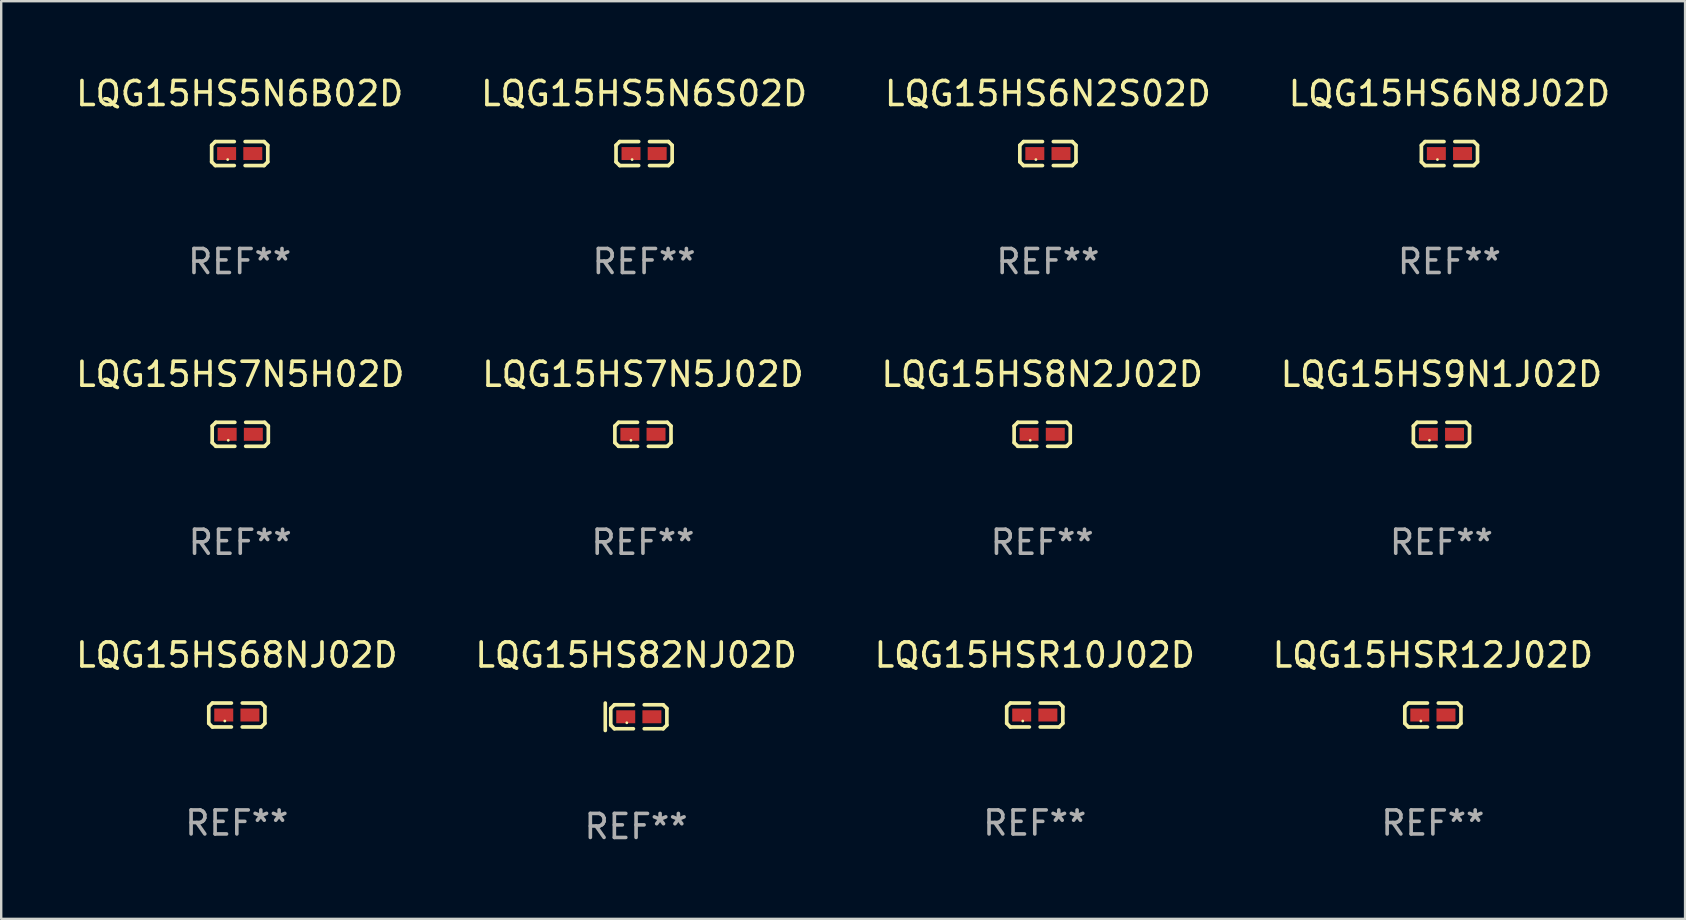
<source format=kicad_pcb>
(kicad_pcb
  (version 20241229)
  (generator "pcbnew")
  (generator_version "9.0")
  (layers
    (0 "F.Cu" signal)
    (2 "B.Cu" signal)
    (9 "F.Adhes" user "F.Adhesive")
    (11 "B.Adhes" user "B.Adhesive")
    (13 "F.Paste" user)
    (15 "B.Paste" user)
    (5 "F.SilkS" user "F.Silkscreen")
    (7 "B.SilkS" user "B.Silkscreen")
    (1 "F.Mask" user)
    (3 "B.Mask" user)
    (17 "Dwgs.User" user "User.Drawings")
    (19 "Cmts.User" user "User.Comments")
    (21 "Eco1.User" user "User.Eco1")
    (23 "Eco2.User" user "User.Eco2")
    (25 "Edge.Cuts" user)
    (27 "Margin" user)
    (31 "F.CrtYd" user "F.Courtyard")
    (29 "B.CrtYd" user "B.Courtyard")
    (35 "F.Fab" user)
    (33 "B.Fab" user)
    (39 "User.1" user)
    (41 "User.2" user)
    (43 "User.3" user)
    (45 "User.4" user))
  (footprint "LQG15HS9N1J02D"
    (layer "F.Cu")
    (at 56.994 15.041)
    (property "Reference" "LQG15HS9N1J02D" (at 0 -2.499 0) (layer "F.SilkS") (effects (font (size 1 1) (thickness 0.15))))
    (attr through_hole)
    (fp_line (start -1.169 -0.346) (end -1.016 -0.499) (stroke (width 0.152) (type solid)) (layer "F.SilkS"))
    (fp_line (start -1.169 0.346) (end -1.169 -0.346) (stroke (width 0.152) (type solid)) (layer "F.SilkS"))
    (fp_line (start -1.016 -0.499) (end -0.226 -0.499) (stroke (width 0.152) (type solid)) (layer "F.SilkS"))
    (fp_line (start -1.016 0.499) (end -1.169 0.346) (stroke (width 0.152) (type solid)) (layer "F.SilkS"))
    (fp_line (start -0.226 0.499) (end -1.016 0.499) (stroke (width 0.152) (type solid)) (layer "F.SilkS"))
    (fp_line (start 0.226 0.499) (end 1.016 0.499) (stroke (width 0.152) (type solid)) (layer "F.SilkS"))
    (fp_line (start 1.016 -0.499) (end 0.226 -0.499) (stroke (width 0.152) (type solid)) (layer "F.SilkS"))
    (fp_line (start 1.016 0.499) (end 1.169 0.346) (stroke (width 0.152) (type solid)) (layer "F.SilkS"))
    (fp_line (start 1.169 -0.346) (end 1.016 -0.499) (stroke (width 0.152) (type solid)) (layer "F.SilkS"))
    (fp_line (start 1.169 0.346) (end 1.169 -0.346) (stroke (width 0.152) (type solid)) (layer "F.SilkS"))
    (fp_circle (center -0.5 0.25) (end -0.47 0.25) (stroke (width 0.06) (type solid)) (fill no) (layer "F.SilkS"))
    (fp_text user "REF**" (at 0 4.499 0) (layer "F.Fab") (effects (font (size 1 1) (thickness 0.15))))
    (pad "1" smd rect (at -0.545 0) (size 0.79 0.54) (layers "F.Cu" "F.Mask" "F.Paste"))
    (pad "2" smd rect (at 0.545 0) (size 0.79 0.54) (layers "F.Cu" "F.Mask" "F.Paste")))
  (footprint "LQG15HS7N5H02D"
    (layer "F.Cu")
    (at 6.958 15.041)
    (property "Reference" "LQG15HS7N5H02D" (at 0 -2.499 0) (layer "F.SilkS") (effects (font (size 1 1) (thickness 0.15))))
    (attr through_hole)
    (fp_line (start -1.169 -0.346) (end -1.016 -0.499) (stroke (width 0.152) (type solid)) (layer "F.SilkS"))
    (fp_line (start -1.169 0.346) (end -1.169 -0.346) (stroke (width 0.152) (type solid)) (layer "F.SilkS"))
    (fp_line (start -1.016 -0.499) (end -0.226 -0.499) (stroke (width 0.152) (type solid)) (layer "F.SilkS"))
    (fp_line (start -1.016 0.499) (end -1.169 0.346) (stroke (width 0.152) (type solid)) (layer "F.SilkS"))
    (fp_line (start -0.226 0.499) (end -1.016 0.499) (stroke (width 0.152) (type solid)) (layer "F.SilkS"))
    (fp_line (start 0.226 0.499) (end 1.016 0.499) (stroke (width 0.152) (type solid)) (layer "F.SilkS"))
    (fp_line (start 1.016 -0.499) (end 0.226 -0.499) (stroke (width 0.152) (type solid)) (layer "F.SilkS"))
    (fp_line (start 1.016 0.499) (end 1.169 0.346) (stroke (width 0.152) (type solid)) (layer "F.SilkS"))
    (fp_line (start 1.169 -0.346) (end 1.016 -0.499) (stroke (width 0.152) (type solid)) (layer "F.SilkS"))
    (fp_line (start 1.169 0.346) (end 1.169 -0.346) (stroke (width 0.152) (type solid)) (layer "F.SilkS"))
    (fp_circle (center -0.5 0.25) (end -0.47 0.25) (stroke (width 0.06) (type solid)) (fill no) (layer "F.SilkS"))
    (fp_text user "REF**" (at 0 4.499 0) (layer "F.Fab") (effects (font (size 1 1) (thickness 0.15))))
    (pad "1" smd rect (at -0.545 0) (size 0.79 0.54) (layers "F.Cu" "F.Mask" "F.Paste"))
    (pad "2" smd rect (at 0.545 0) (size 0.79 0.54) (layers "F.Cu" "F.Mask" "F.Paste")))
  (footprint "LQG15HS6N2S02D"
    (layer "F.Cu")
    (at 40.601 3.347)
    (property "Reference" "LQG15HS6N2S02D" (at 0 -2.499 0) (layer "F.SilkS") (effects (font (size 1 1) (thickness 0.15))))
    (attr through_hole)
    (fp_line (start -1.169 -0.346) (end -1.016 -0.499) (stroke (width 0.152) (type solid)) (layer "F.SilkS"))
    (fp_line (start -1.169 0.346) (end -1.169 -0.346) (stroke (width 0.152) (type solid)) (layer "F.SilkS"))
    (fp_line (start -1.016 -0.499) (end -0.226 -0.499) (stroke (width 0.152) (type solid)) (layer "F.SilkS"))
    (fp_line (start -1.016 0.499) (end -1.169 0.346) (stroke (width 0.152) (type solid)) (layer "F.SilkS"))
    (fp_line (start -0.226 0.499) (end -1.016 0.499) (stroke (width 0.152) (type solid)) (layer "F.SilkS"))
    (fp_line (start 0.226 0.499) (end 1.016 0.499) (stroke (width 0.152) (type solid)) (layer "F.SilkS"))
    (fp_line (start 1.016 -0.499) (end 0.226 -0.499) (stroke (width 0.152) (type solid)) (layer "F.SilkS"))
    (fp_line (start 1.016 0.499) (end 1.169 0.346) (stroke (width 0.152) (type solid)) (layer "F.SilkS"))
    (fp_line (start 1.169 -0.346) (end 1.016 -0.499) (stroke (width 0.152) (type solid)) (layer "F.SilkS"))
    (fp_line (start 1.169 0.346) (end 1.169 -0.346) (stroke (width 0.152) (type solid)) (layer "F.SilkS"))
    (fp_circle (center -0.5 0.25) (end -0.47 0.25) (stroke (width 0.06) (type solid)) (fill no) (layer "F.SilkS"))
    (fp_text user "REF**" (at 0 4.499 0) (layer "F.Fab") (effects (font (size 1 1) (thickness 0.15))))
    (pad "1" smd rect (at -0.545 0) (size 0.79 0.54) (layers "F.Cu" "F.Mask" "F.Paste"))
    (pad "2" smd rect (at 0.545 0) (size 0.79 0.54) (layers "F.Cu" "F.Mask" "F.Paste")))
  (footprint "LQG15HS5N6S02D"
    (layer "F.Cu")
    (at 23.78 3.347)
    (property "Reference" "LQG15HS5N6S02D" (at 0 -2.499 0) (layer "F.SilkS") (effects (font (size 1 1) (thickness 0.15))))
    (attr through_hole)
    (fp_line (start -1.169 -0.346) (end -1.016 -0.499) (stroke (width 0.152) (type solid)) (layer "F.SilkS"))
    (fp_line (start -1.169 0.346) (end -1.169 -0.346) (stroke (width 0.152) (type solid)) (layer "F.SilkS"))
    (fp_line (start -1.016 -0.499) (end -0.226 -0.499) (stroke (width 0.152) (type solid)) (layer "F.SilkS"))
    (fp_line (start -1.016 0.499) (end -1.169 0.346) (stroke (width 0.152) (type solid)) (layer "F.SilkS"))
    (fp_line (start -0.226 0.499) (end -1.016 0.499) (stroke (width 0.152) (type solid)) (layer "F.SilkS"))
    (fp_line (start 0.226 0.499) (end 1.016 0.499) (stroke (width 0.152) (type solid)) (layer "F.SilkS"))
    (fp_line (start 1.016 -0.499) (end 0.226 -0.499) (stroke (width 0.152) (type solid)) (layer "F.SilkS"))
    (fp_line (start 1.016 0.499) (end 1.169 0.346) (stroke (width 0.152) (type solid)) (layer "F.SilkS"))
    (fp_line (start 1.169 -0.346) (end 1.016 -0.499) (stroke (width 0.152) (type solid)) (layer "F.SilkS"))
    (fp_line (start 1.169 0.346) (end 1.169 -0.346) (stroke (width 0.152) (type solid)) (layer "F.SilkS"))
    (fp_circle (center -0.5 0.25) (end -0.47 0.25) (stroke (width 0.06) (type solid)) (fill no) (layer "F.SilkS"))
    (fp_text user "REF**" (at 0 4.499 0) (layer "F.Fab") (effects (font (size 1 1) (thickness 0.15))))
    (pad "1" smd rect (at -0.545 0) (size 0.79 0.54) (layers "F.Cu" "F.Mask" "F.Paste"))
    (pad "2" smd rect (at 0.545 0) (size 0.79 0.54) (layers "F.Cu" "F.Mask" "F.Paste")))
  (footprint "LQG15HS8N2J02D"
    (layer "F.Cu")
    (at 40.363 15.041)
    (property "Reference" "LQG15HS8N2J02D" (at 0 -2.499 0) (layer "F.SilkS") (effects (font (size 1 1) (thickness 0.15))))
    (attr through_hole)
    (fp_line (start -1.169 -0.346) (end -1.016 -0.499) (stroke (width 0.152) (type solid)) (layer "F.SilkS"))
    (fp_line (start -1.169 0.346) (end -1.169 -0.346) (stroke (width 0.152) (type solid)) (layer "F.SilkS"))
    (fp_line (start -1.016 -0.499) (end -0.226 -0.499) (stroke (width 0.152) (type solid)) (layer "F.SilkS"))
    (fp_line (start -1.016 0.499) (end -1.169 0.346) (stroke (width 0.152) (type solid)) (layer "F.SilkS"))
    (fp_line (start -0.226 0.499) (end -1.016 0.499) (stroke (width 0.152) (type solid)) (layer "F.SilkS"))
    (fp_line (start 0.226 0.499) (end 1.016 0.499) (stroke (width 0.152) (type solid)) (layer "F.SilkS"))
    (fp_line (start 1.016 -0.499) (end 0.226 -0.499) (stroke (width 0.152) (type solid)) (layer "F.SilkS"))
    (fp_line (start 1.016 0.499) (end 1.169 0.346) (stroke (width 0.152) (type solid)) (layer "F.SilkS"))
    (fp_line (start 1.169 -0.346) (end 1.016 -0.499) (stroke (width 0.152) (type solid)) (layer "F.SilkS"))
    (fp_line (start 1.169 0.346) (end 1.169 -0.346) (stroke (width 0.152) (type solid)) (layer "F.SilkS"))
    (fp_circle (center -0.5 0.25) (end -0.47 0.25) (stroke (width 0.06) (type solid)) (fill no) (layer "F.SilkS"))
    (fp_text user "REF**" (at 0 4.499 0) (layer "F.Fab") (effects (font (size 1 1) (thickness 0.15))))
    (pad "1" smd rect (at -0.545 0) (size 0.79 0.54) (layers "F.Cu" "F.Mask" "F.Paste"))
    (pad "2" smd rect (at 0.545 0) (size 0.79 0.54) (layers "F.Cu" "F.Mask" "F.Paste")))
  (footprint "LQG15HS6N8J02D"
    (layer "F.Cu")
    (at 57.327 3.347)
    (property "Reference" "LQG15HS6N8J02D" (at 0 -2.499 0) (layer "F.SilkS") (effects (font (size 1 1) (thickness 0.15))))
    (attr through_hole)
    (fp_line (start -1.169 -0.346) (end -1.016 -0.499) (stroke (width 0.152) (type solid)) (layer "F.SilkS"))
    (fp_line (start -1.169 0.346) (end -1.169 -0.346) (stroke (width 0.152) (type solid)) (layer "F.SilkS"))
    (fp_line (start -1.016 -0.499) (end -0.226 -0.499) (stroke (width 0.152) (type solid)) (layer "F.SilkS"))
    (fp_line (start -1.016 0.499) (end -1.169 0.346) (stroke (width 0.152) (type solid)) (layer "F.SilkS"))
    (fp_line (start -0.226 0.499) (end -1.016 0.499) (stroke (width 0.152) (type solid)) (layer "F.SilkS"))
    (fp_line (start 0.226 0.499) (end 1.016 0.499) (stroke (width 0.152) (type solid)) (layer "F.SilkS"))
    (fp_line (start 1.016 -0.499) (end 0.226 -0.499) (stroke (width 0.152) (type solid)) (layer "F.SilkS"))
    (fp_line (start 1.016 0.499) (end 1.169 0.346) (stroke (width 0.152) (type solid)) (layer "F.SilkS"))
    (fp_line (start 1.169 -0.346) (end 1.016 -0.499) (stroke (width 0.152) (type solid)) (layer "F.SilkS"))
    (fp_line (start 1.169 0.346) (end 1.169 -0.346) (stroke (width 0.152) (type solid)) (layer "F.SilkS"))
    (fp_circle (center -0.5 0.25) (end -0.47 0.25) (stroke (width 0.06) (type solid)) (fill no) (layer "F.SilkS"))
    (fp_text user "REF**" (at 0 4.499 0) (layer "F.Fab") (effects (font (size 1 1) (thickness 0.15))))
    (pad "1" smd rect (at -0.545 0) (size 0.79 0.54) (layers "F.Cu" "F.Mask" "F.Paste"))
    (pad "2" smd rect (at 0.545 0) (size 0.79 0.54) (layers "F.Cu" "F.Mask" "F.Paste")))
  (footprint "LQG15HS82NJ02D"
    (layer "F.Cu")
    (at 23.446 26.807)
    (property "Reference" "LQG15HS82NJ02D" (at 0 -2.572 0) (layer "F.SilkS") (effects (font (size 1 1) (thickness 0.15))))
    (attr through_hole)
    (fp_line (start -1.283 -0.572) (end -1.283 0.572) (stroke (width 0.15) (type solid)) (layer "F.SilkS"))
    (fp_line (start -1.055 -0.346) (end -0.902 -0.499) (stroke (width 0.152) (type solid)) (layer "F.SilkS"))
    (fp_line (start -1.055 0.346) (end -1.055 -0.346) (stroke (width 0.152) (type solid)) (layer "F.SilkS"))
    (fp_line (start -0.902 -0.499) (end -0.112 -0.499) (stroke (width 0.152) (type solid)) (layer "F.SilkS"))
    (fp_line (start -0.902 0.499) (end -1.055 0.346) (stroke (width 0.152) (type solid)) (layer "F.SilkS"))
    (fp_line (start -0.112 0.499) (end -0.902 0.499) (stroke (width 0.152) (type solid)) (layer "F.SilkS"))
    (fp_line (start 0.34 0.499) (end 1.13 0.499) (stroke (width 0.152) (type solid)) (layer "F.SilkS"))
    (fp_line (start 1.13 -0.499) (end 0.34 -0.499) (stroke (width 0.152) (type solid)) (layer "F.SilkS"))
    (fp_line (start 1.13 0.499) (end 1.283 0.346) (stroke (width 0.152) (type solid)) (layer "F.SilkS"))
    (fp_line (start 1.283 -0.346) (end 1.13 -0.499) (stroke (width 0.152) (type solid)) (layer "F.SilkS"))
    (fp_line (start 1.283 0.346) (end 1.283 -0.346) (stroke (width 0.152) (type solid)) (layer "F.SilkS"))
    (fp_circle (center -0.386 0.25) (end -0.356 0.25) (stroke (width 0.06) (type solid)) (fill no) (layer "F.SilkS"))
    (fp_text user "REF**" (at 0 4.572 0) (layer "F.Fab") (effects (font (size 1 1) (thickness 0.15))))
    (pad "1" smd rect (at -0.431 0) (size 0.79 0.54) (layers "F.Cu" "F.Mask" "F.Paste"))
    (pad "2" smd rect (at 0.659 0) (size 0.79 0.54) (layers "F.Cu" "F.Mask" "F.Paste")))
  (footprint "LQG15HS7N5J02D"
    (layer "F.Cu")
    (at 23.732 15.041)
    (property "Reference" "LQG15HS7N5J02D" (at 0 -2.499 0) (layer "F.SilkS") (effects (font (size 1 1) (thickness 0.15))))
    (attr through_hole)
    (fp_line (start -1.169 -0.346) (end -1.016 -0.499) (stroke (width 0.152) (type solid)) (layer "F.SilkS"))
    (fp_line (start -1.169 0.346) (end -1.169 -0.346) (stroke (width 0.152) (type solid)) (layer "F.SilkS"))
    (fp_line (start -1.016 -0.499) (end -0.226 -0.499) (stroke (width 0.152) (type solid)) (layer "F.SilkS"))
    (fp_line (start -1.016 0.499) (end -1.169 0.346) (stroke (width 0.152) (type solid)) (layer "F.SilkS"))
    (fp_line (start -0.226 0.499) (end -1.016 0.499) (stroke (width 0.152) (type solid)) (layer "F.SilkS"))
    (fp_line (start 0.226 0.499) (end 1.016 0.499) (stroke (width 0.152) (type solid)) (layer "F.SilkS"))
    (fp_line (start 1.016 -0.499) (end 0.226 -0.499) (stroke (width 0.152) (type solid)) (layer "F.SilkS"))
    (fp_line (start 1.016 0.499) (end 1.169 0.346) (stroke (width 0.152) (type solid)) (layer "F.SilkS"))
    (fp_line (start 1.169 -0.346) (end 1.016 -0.499) (stroke (width 0.152) (type solid)) (layer "F.SilkS"))
    (fp_line (start 1.169 0.346) (end 1.169 -0.346) (stroke (width 0.152) (type solid)) (layer "F.SilkS"))
    (fp_circle (center -0.5 0.25) (end -0.47 0.25) (stroke (width 0.06) (type solid)) (fill no) (layer "F.SilkS"))
    (fp_text user "REF**" (at 0 4.499 0) (layer "F.Fab") (effects (font (size 1 1) (thickness 0.15))))
    (pad "1" smd rect (at -0.545 0) (size 0.79 0.54) (layers "F.Cu" "F.Mask" "F.Paste"))
    (pad "2" smd rect (at 0.545 0) (size 0.79 0.54) (layers "F.Cu" "F.Mask" "F.Paste")))
  (footprint "LQG15HS5N6B02D"
    (layer "F.Cu")
    (at 6.935 3.347)
    (property "Reference" "LQG15HS5N6B02D" (at 0 -2.499 0) (layer "F.SilkS") (effects (font (size 1 1) (thickness 0.15))))
    (attr through_hole)
    (fp_line (start -1.169 -0.346) (end -1.016 -0.499) (stroke (width 0.152) (type solid)) (layer "F.SilkS"))
    (fp_line (start -1.169 0.346) (end -1.169 -0.346) (stroke (width 0.152) (type solid)) (layer "F.SilkS"))
    (fp_line (start -1.016 -0.499) (end -0.226 -0.499) (stroke (width 0.152) (type solid)) (layer "F.SilkS"))
    (fp_line (start -1.016 0.499) (end -1.169 0.346) (stroke (width 0.152) (type solid)) (layer "F.SilkS"))
    (fp_line (start -0.226 0.499) (end -1.016 0.499) (stroke (width 0.152) (type solid)) (layer "F.SilkS"))
    (fp_line (start 0.226 0.499) (end 1.016 0.499) (stroke (width 0.152) (type solid)) (layer "F.SilkS"))
    (fp_line (start 1.016 -0.499) (end 0.226 -0.499) (stroke (width 0.152) (type solid)) (layer "F.SilkS"))
    (fp_line (start 1.016 0.499) (end 1.169 0.346) (stroke (width 0.152) (type solid)) (layer "F.SilkS"))
    (fp_line (start 1.169 -0.346) (end 1.016 -0.499) (stroke (width 0.152) (type solid)) (layer "F.SilkS"))
    (fp_line (start 1.169 0.346) (end 1.169 -0.346) (stroke (width 0.152) (type solid)) (layer "F.SilkS"))
    (fp_circle (center -0.5 0.25) (end -0.47 0.25) (stroke (width 0.06) (type solid)) (fill no) (layer "F.SilkS"))
    (fp_text user "REF**" (at 0 4.499 0) (layer "F.Fab") (effects (font (size 1 1) (thickness 0.15))))
    (pad "1" smd rect (at -0.545 0) (size 0.79 0.54) (layers "F.Cu" "F.Mask" "F.Paste"))
    (pad "2" smd rect (at 0.545 0) (size 0.79 0.54) (layers "F.Cu" "F.Mask" "F.Paste")))
  (footprint "LQG15HSR12J02D"
    (layer "F.Cu")
    (at 56.637 26.734)
    (property "Reference" "LQG15HSR12J02D" (at 0 -2.499 0) (layer "F.SilkS") (effects (font (size 1 1) (thickness 0.15))))
    (attr through_hole)
    (fp_line (start -1.169 -0.346) (end -1.016 -0.499) (stroke (width 0.152) (type solid)) (layer "F.SilkS"))
    (fp_line (start -1.169 0.346) (end -1.169 -0.346) (stroke (width 0.152) (type solid)) (layer "F.SilkS"))
    (fp_line (start -1.016 -0.499) (end -0.226 -0.499) (stroke (width 0.152) (type solid)) (layer "F.SilkS"))
    (fp_line (start -1.016 0.499) (end -1.169 0.346) (stroke (width 0.152) (type solid)) (layer "F.SilkS"))
    (fp_line (start -0.226 0.499) (end -1.016 0.499) (stroke (width 0.152) (type solid)) (layer "F.SilkS"))
    (fp_line (start 0.226 0.499) (end 1.016 0.499) (stroke (width 0.152) (type solid)) (layer "F.SilkS"))
    (fp_line (start 1.016 -0.499) (end 0.226 -0.499) (stroke (width 0.152) (type solid)) (layer "F.SilkS"))
    (fp_line (start 1.016 0.499) (end 1.169 0.346) (stroke (width 0.152) (type solid)) (layer "F.SilkS"))
    (fp_line (start 1.169 -0.346) (end 1.016 -0.499) (stroke (width 0.152) (type solid)) (layer "F.SilkS"))
    (fp_line (start 1.169 0.346) (end 1.169 -0.346) (stroke (width 0.152) (type solid)) (layer "F.SilkS"))
    (fp_circle (center -0.5 0.25) (end -0.47 0.25) (stroke (width 0.06) (type solid)) (fill no) (layer "F.SilkS"))
    (fp_text user "REF**" (at 0 4.499 0) (layer "F.Fab") (effects (font (size 1 1) (thickness 0.15))))
    (pad "1" smd rect (at -0.545 0) (size 0.79 0.54) (layers "F.Cu" "F.Mask" "F.Paste"))
    (pad "2" smd rect (at 0.545 0) (size 0.79 0.54) (layers "F.Cu" "F.Mask" "F.Paste")))
  (footprint "LQG15HSR10J02D"
    (layer "F.Cu")
    (at 40.054 26.734)
    (property "Reference" "LQG15HSR10J02D" (at 0 -2.499 0) (layer "F.SilkS") (effects (font (size 1 1) (thickness 0.15))))
    (attr through_hole)
    (fp_line (start -1.169 -0.346) (end -1.016 -0.499) (stroke (width 0.152) (type solid)) (layer "F.SilkS"))
    (fp_line (start -1.169 0.346) (end -1.169 -0.346) (stroke (width 0.152) (type solid)) (layer "F.SilkS"))
    (fp_line (start -1.016 -0.499) (end -0.226 -0.499) (stroke (width 0.152) (type solid)) (layer "F.SilkS"))
    (fp_line (start -1.016 0.499) (end -1.169 0.346) (stroke (width 0.152) (type solid)) (layer "F.SilkS"))
    (fp_line (start -0.226 0.499) (end -1.016 0.499) (stroke (width 0.152) (type solid)) (layer "F.SilkS"))
    (fp_line (start 0.226 0.499) (end 1.016 0.499) (stroke (width 0.152) (type solid)) (layer "F.SilkS"))
    (fp_line (start 1.016 -0.499) (end 0.226 -0.499) (stroke (width 0.152) (type solid)) (layer "F.SilkS"))
    (fp_line (start 1.016 0.499) (end 1.169 0.346) (stroke (width 0.152) (type solid)) (layer "F.SilkS"))
    (fp_line (start 1.169 -0.346) (end 1.016 -0.499) (stroke (width 0.152) (type solid)) (layer "F.SilkS"))
    (fp_line (start 1.169 0.346) (end 1.169 -0.346) (stroke (width 0.152) (type solid)) (layer "F.SilkS"))
    (fp_circle (center -0.5 0.25) (end -0.47 0.25) (stroke (width 0.06) (type solid)) (fill no) (layer "F.SilkS"))
    (fp_text user "REF**" (at 0 4.499 0) (layer "F.Fab") (effects (font (size 1 1) (thickness 0.15))))
    (pad "1" smd rect (at -0.545 0) (size 0.79 0.54) (layers "F.Cu" "F.Mask" "F.Paste"))
    (pad "2" smd rect (at 0.545 0) (size 0.79 0.54) (layers "F.Cu" "F.Mask" "F.Paste")))
  (footprint "LQG15HS68NJ02D"
    (layer "F.Cu")
    (at 6.815 26.734)
    (property "Reference" "LQG15HS68NJ02D" (at 0 -2.499 0) (layer "F.SilkS") (effects (font (size 1 1) (thickness 0.15))))
    (attr through_hole)
    (fp_line (start -1.169 -0.346) (end -1.016 -0.499) (stroke (width 0.152) (type solid)) (layer "F.SilkS"))
    (fp_line (start -1.169 0.346) (end -1.169 -0.346) (stroke (width 0.152) (type solid)) (layer "F.SilkS"))
    (fp_line (start -1.016 -0.499) (end -0.226 -0.499) (stroke (width 0.152) (type solid)) (layer "F.SilkS"))
    (fp_line (start -1.016 0.499) (end -1.169 0.346) (stroke (width 0.152) (type solid)) (layer "F.SilkS"))
    (fp_line (start -0.226 0.499) (end -1.016 0.499) (stroke (width 0.152) (type solid)) (layer "F.SilkS"))
    (fp_line (start 0.226 0.499) (end 1.016 0.499) (stroke (width 0.152) (type solid)) (layer "F.SilkS"))
    (fp_line (start 1.016 -0.499) (end 0.226 -0.499) (stroke (width 0.152) (type solid)) (layer "F.SilkS"))
    (fp_line (start 1.016 0.499) (end 1.169 0.346) (stroke (width 0.152) (type solid)) (layer "F.SilkS"))
    (fp_line (start 1.169 -0.346) (end 1.016 -0.499) (stroke (width 0.152) (type solid)) (layer "F.SilkS"))
    (fp_line (start 1.169 0.346) (end 1.169 -0.346) (stroke (width 0.152) (type solid)) (layer "F.SilkS"))
    (fp_circle (center -0.5 0.25) (end -0.47 0.25) (stroke (width 0.06) (type solid)) (fill no) (layer "F.SilkS"))
    (fp_text user "REF**" (at 0 4.499 0) (layer "F.Fab") (effects (font (size 1 1) (thickness 0.15))))
    (pad "1" smd rect (at -0.545 0) (size 0.79 0.54) (layers "F.Cu" "F.Mask" "F.Paste"))
    (pad "2" smd rect (at 0.545 0) (size 0.79 0.54) (layers "F.Cu" "F.Mask" "F.Paste")))
  (gr_rect
    (start -3 -3)
    (end 67.143 35.227)
    (stroke (width 0.1) (type default))
    (fill no)
    (layer "Edge.Cuts")))
</source>
